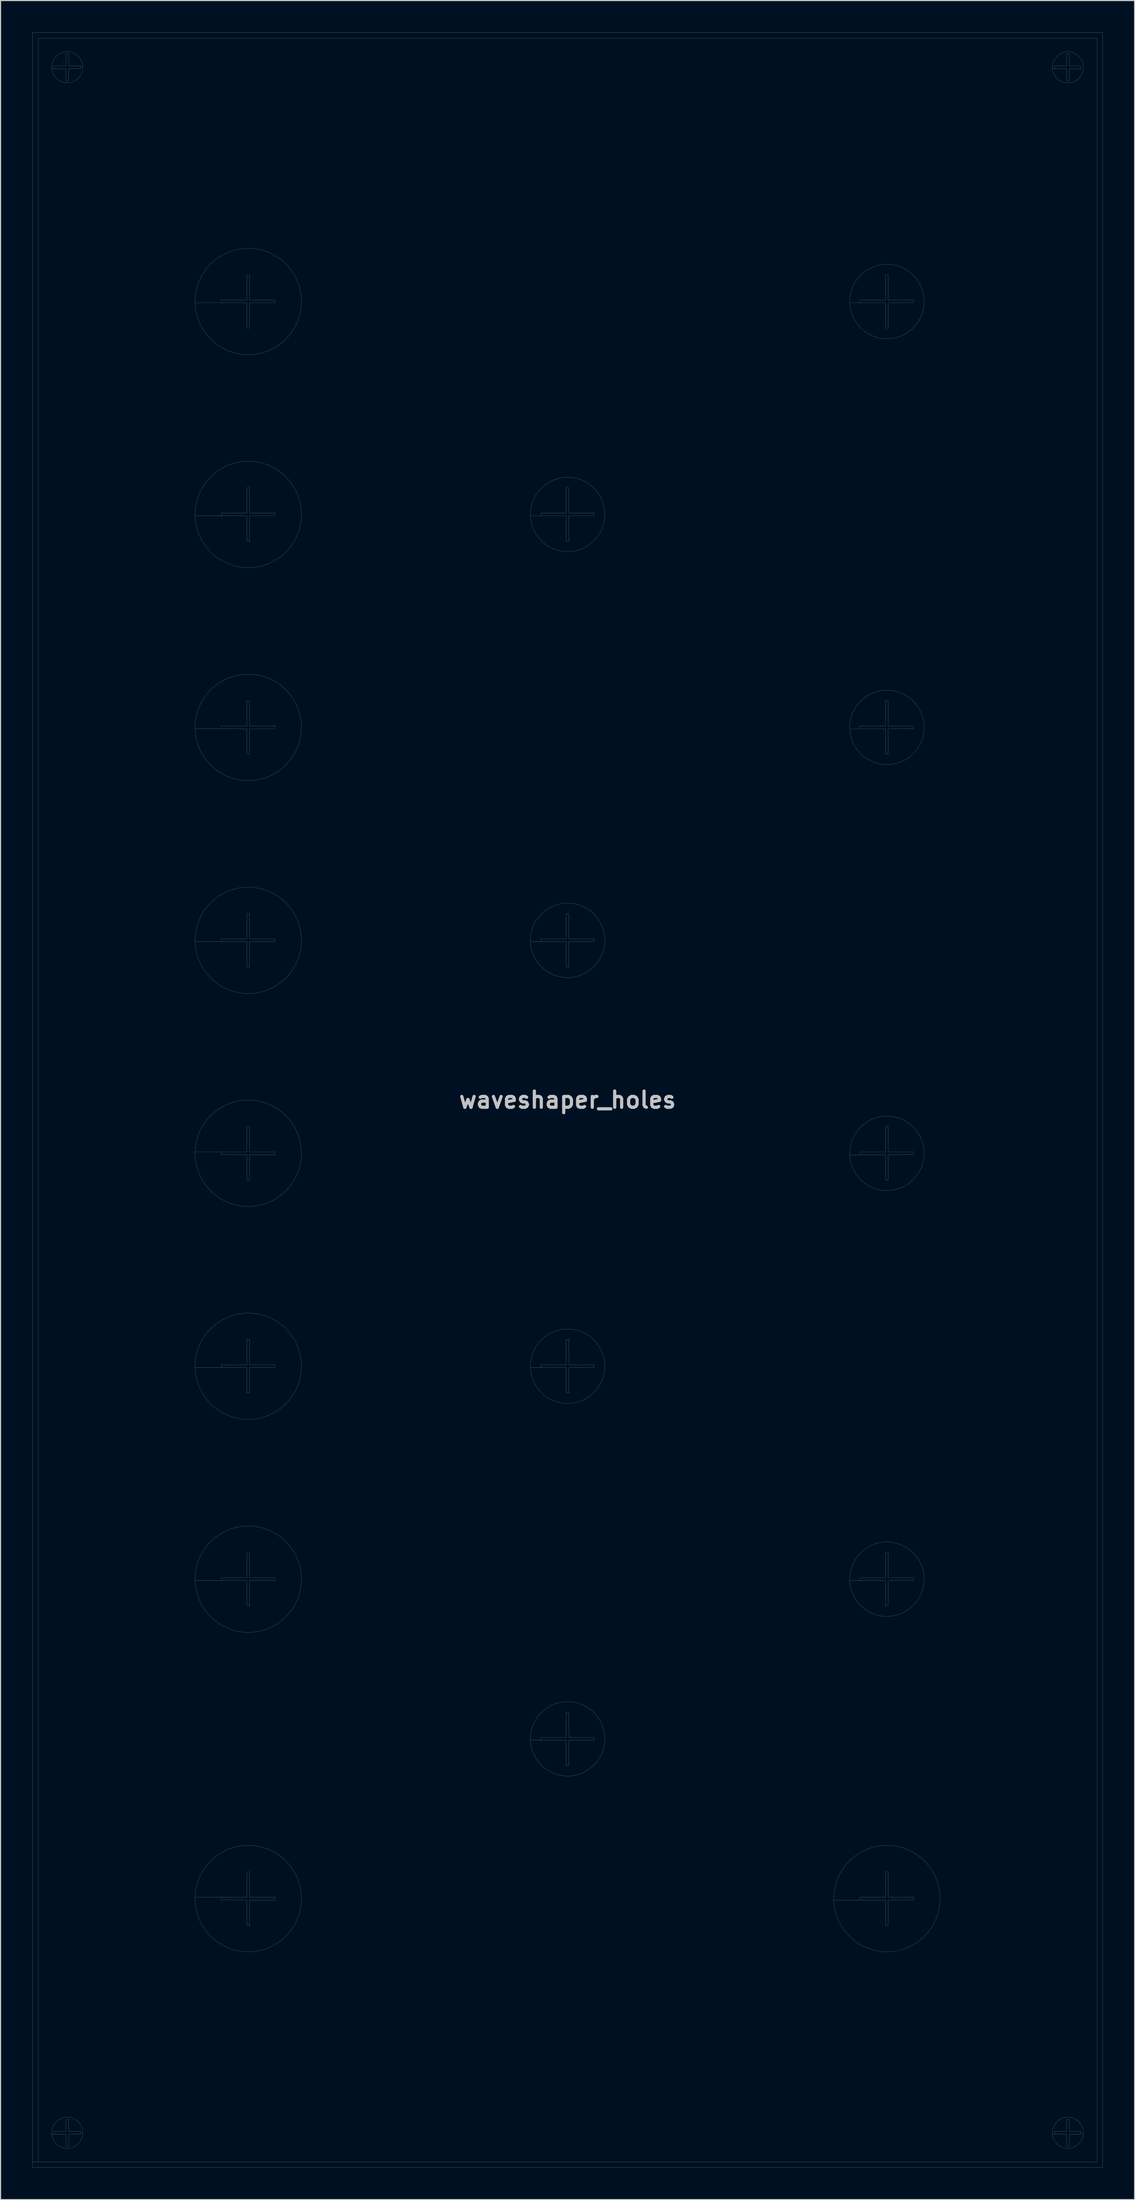
<source format=kicad_pcb>
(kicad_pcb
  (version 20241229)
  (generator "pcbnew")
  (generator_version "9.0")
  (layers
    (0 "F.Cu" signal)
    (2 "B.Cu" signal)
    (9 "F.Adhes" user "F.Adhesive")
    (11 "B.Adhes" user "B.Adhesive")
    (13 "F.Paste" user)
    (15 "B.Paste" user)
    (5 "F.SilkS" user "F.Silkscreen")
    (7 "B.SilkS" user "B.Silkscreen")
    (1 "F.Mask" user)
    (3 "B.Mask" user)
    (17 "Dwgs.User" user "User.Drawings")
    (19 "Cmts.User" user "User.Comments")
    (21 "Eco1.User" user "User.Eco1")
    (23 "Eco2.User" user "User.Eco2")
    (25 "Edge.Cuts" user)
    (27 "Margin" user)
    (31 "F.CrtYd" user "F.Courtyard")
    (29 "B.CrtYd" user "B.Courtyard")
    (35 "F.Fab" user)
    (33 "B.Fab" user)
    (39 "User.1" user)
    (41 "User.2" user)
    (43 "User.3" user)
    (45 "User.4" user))
  (footprint "waveshaper_holes"
    (layer "F.Cu")
    (at 50.272 100.259)
    (property "Reference" "waveshaper_holes" (at 0 0 0) (layer "Dwgs.User") (effects (font (size 1.524 1.524) (thickness 0.3))))
    (attr through_hole)
    (fp_poly (pts (xy 50.267 100.279) (xy -50.267 100.279) (xy -50.267 -99.72) (xy -49.733 -99.72) (xy -49.733 99.746) (xy 49.733 99.746) (xy 49.733 -99.72) (xy -49.733 -99.72) (xy -50.267 -99.72) (xy -50.267 -100.254) (xy 50.267 -100.254) (xy 50.267 100.279)) (stroke (width 0.01) (type solid)) (fill no) (layer "Dwgs.User"))
    (fp_poly (pts (xy 47.27 95.576) (xy 47.514 95.641) (xy 47.739 95.752) (xy 47.95 95.91) (xy 48.032 95.986) (xy 48.21 96.198) (xy 48.341 96.427) (xy 48.427 96.672) (xy 48.465 96.928) (xy 48.455 97.19) (xy 48.396 97.455) (xy 48.303 97.688) (xy 48.183 97.881) (xy 48.023 98.059) (xy 47.832 98.214) (xy 47.618 98.339) (xy 47.393 98.427) (xy 47.358 98.437) (xy 47.214 98.462) (xy 47.042 98.472) (xy 46.865 98.469) (xy 46.704 98.451) (xy 46.634 98.436) (xy 46.405 98.354) (xy 46.194 98.232) (xy 45.993 98.064) (xy 45.972 98.044) (xy 45.795 97.838) (xy 45.666 97.619) (xy 45.583 97.381) (xy 45.545 97.122) (xy 45.542 97.015) (xy 45.552 96.888) (xy 45.733 96.888) (xy 45.733 97.142) (xy 46.298 97.149) (xy 46.863 97.156) (xy 46.863 98.273) (xy 47.142 98.273) (xy 47.142 97.155) (xy 48.26 97.155) (xy 48.26 96.876) (xy 47.143 96.876) (xy 47.137 96.31) (xy 47.13 95.745) (xy 46.876 95.745) (xy 46.862 96.875) (xy 45.733 96.888) (xy 45.552 96.888) (xy 45.564 96.746) (xy 45.629 96.501) (xy 45.74 96.275) (xy 45.899 96.064) (xy 45.972 95.987) (xy 46.18 95.809) (xy 46.4 95.68) (xy 46.636 95.597) (xy 46.892 95.558) (xy 47.003 95.555) (xy 47.27 95.576)) (stroke (width 0.01) (type solid)) (fill no) (layer "Dwgs.User"))
    (fp_poly (pts (xy -46.823 95.565) (xy -46.657 95.591) (xy -46.646 95.593) (xy -46.398 95.682) (xy -46.171 95.814) (xy -45.971 95.983) (xy -45.802 96.183) (xy -45.67 96.41) (xy -45.581 96.657) (xy -45.581 96.659) (xy -45.553 96.821) (xy -45.544 97.008) (xy -45.552 97.196) (xy -45.578 97.361) (xy -45.581 97.372) (xy -45.669 97.619) (xy -45.801 97.845) (xy -45.97 98.046) (xy -46.171 98.215) (xy -46.399 98.347) (xy -46.647 98.437) (xy -46.79 98.461) (xy -46.96 98.472) (xy -47.135 98.469) (xy -47.295 98.451) (xy -47.369 98.435) (xy -47.619 98.343) (xy -47.846 98.207) (xy -48.046 98.035) (xy -48.213 97.83) (xy -48.344 97.598) (xy -48.425 97.365) (xy -48.452 97.211) (xy -48.462 97.031) (xy -48.455 96.876) (xy -48.26 96.876) (xy -48.26 97.155) (xy -47.142 97.155) (xy -47.142 98.273) (xy -46.863 98.273) (xy -46.863 97.156) (xy -46.298 97.149) (xy -45.733 97.142) (xy -45.733 96.888) (xy -46.297 96.881) (xy -46.862 96.875) (xy -46.869 96.31) (xy -46.876 95.745) (xy -47.13 95.745) (xy -47.143 96.876) (xy -48.26 96.876) (xy -48.455 96.876) (xy -48.454 96.849) (xy -48.43 96.686) (xy -48.424 96.66) (xy -48.334 96.41) (xy -48.201 96.182) (xy -48.032 95.981) (xy -47.832 95.812) (xy -47.605 95.681) (xy -47.359 95.593) (xy -47.197 95.566) (xy -47.01 95.556) (xy -46.823 95.565)) (stroke (width 0.01) (type solid)) (fill no) (layer "Dwgs.User"))
    (fp_poly (pts (xy 47.272 -98.428) (xy 47.52 -98.36) (xy 47.749 -98.246) (xy 47.963 -98.084) (xy 48.032 -98.019) (xy 48.21 -97.81) (xy 48.34 -97.588) (xy 48.423 -97.348) (xy 48.46 -97.088) (xy 48.463 -96.99) (xy 48.441 -96.721) (xy 48.374 -96.474) (xy 48.261 -96.246) (xy 48.1 -96.033) (xy 48.032 -95.961) (xy 47.826 -95.784) (xy 47.609 -95.656) (xy 47.376 -95.573) (xy 47.121 -95.535) (xy 46.991 -95.531) (xy 46.869 -95.536) (xy 46.745 -95.549) (xy 46.645 -95.567) (xy 46.634 -95.57) (xy 46.405 -95.652) (xy 46.194 -95.774) (xy 45.993 -95.941) (xy 45.972 -95.961) (xy 45.795 -96.167) (xy 45.666 -96.387) (xy 45.583 -96.624) (xy 45.545 -96.884) (xy 45.542 -96.99) (xy 45.552 -97.117) (xy 45.733 -97.117) (xy 45.733 -96.863) (xy 46.298 -96.856) (xy 46.863 -96.849) (xy 46.863 -96.295) (xy 46.864 -96.132) (xy 46.866 -95.987) (xy 46.869 -95.866) (xy 46.874 -95.777) (xy 46.879 -95.729) (xy 46.881 -95.723) (xy 46.915 -95.714) (xy 46.981 -95.711) (xy 47.014 -95.712) (xy 47.13 -95.72) (xy 47.137 -96.285) (xy 47.143 -96.85) (xy 48.26 -96.85) (xy 48.26 -97.13) (xy 47.142 -97.13) (xy 47.142 -98.247) (xy 46.863 -98.247) (xy 46.863 -97.131) (xy 45.733 -97.117) (xy 45.552 -97.117) (xy 45.563 -97.257) (xy 45.628 -97.501) (xy 45.739 -97.726) (xy 45.897 -97.938) (xy 45.974 -98.019) (xy 46.181 -98.196) (xy 46.4 -98.326) (xy 46.636 -98.409) (xy 46.893 -98.447) (xy 47.003 -98.45) (xy 47.272 -98.428)) (stroke (width 0.01) (type solid)) (fill no) (layer "Dwgs.User"))
    (fp_poly (pts (xy -46.826 -98.441) (xy -46.662 -98.415) (xy -46.647 -98.411) (xy -46.398 -98.321) (xy -46.17 -98.189) (xy -45.969 -98.019) (xy -45.8 -97.819) (xy -45.669 -97.592) (xy -45.581 -97.347) (xy -45.553 -97.184) (xy -45.544 -96.997) (xy -45.552 -96.81) (xy -45.578 -96.644) (xy -45.581 -96.633) (xy -45.669 -96.386) (xy -45.801 -96.159) (xy -45.97 -95.958) (xy -46.17 -95.789) (xy -46.397 -95.657) (xy -46.645 -95.568) (xy -46.646 -95.568) (xy -46.791 -95.543) (xy -46.963 -95.533) (xy -47.14 -95.537) (xy -47.301 -95.555) (xy -47.371 -95.57) (xy -47.615 -95.659) (xy -47.839 -95.792) (xy -48.038 -95.962) (xy -48.206 -96.164) (xy -48.337 -96.392) (xy -48.424 -96.634) (xy -48.452 -96.795) (xy -48.462 -96.98) (xy -48.455 -97.13) (xy -48.26 -97.13) (xy -48.26 -96.85) (xy -47.142 -96.85) (xy -47.142 -96.296) (xy -47.142 -96.133) (xy -47.139 -95.987) (xy -47.136 -95.866) (xy -47.132 -95.778) (xy -47.127 -95.729) (xy -47.124 -95.723) (xy -47.09 -95.714) (xy -47.025 -95.711) (xy -46.991 -95.712) (xy -46.876 -95.72) (xy -46.869 -96.285) (xy -46.862 -96.849) (xy -46.297 -96.856) (xy -45.733 -96.863) (xy -45.733 -97.117) (xy -46.863 -97.131) (xy -46.863 -98.247) (xy -47.142 -98.247) (xy -47.142 -97.13) (xy -48.26 -97.13) (xy -48.455 -97.13) (xy -48.454 -97.167) (xy -48.428 -97.331) (xy -48.424 -97.346) (xy -48.333 -97.598) (xy -48.199 -97.827) (xy -48.028 -98.029) (xy -47.824 -98.197) (xy -47.593 -98.328) (xy -47.358 -98.411) (xy -47.198 -98.439) (xy -47.012 -98.449) (xy -46.826 -98.441)) (stroke (width 0.01) (type solid)) (fill no) (layer "Dwgs.User"))
    (fp_poly (pts (xy 30.293 -78.471) (xy 30.704 -78.414) (xy 31.101 -78.31) (xy 31.48 -78.16) (xy 31.838 -77.966) (xy 32.174 -77.729) (xy 32.483 -77.451) (xy 32.762 -77.134) (xy 32.872 -76.986) (xy 33.085 -76.642) (xy 33.254 -76.277) (xy 33.378 -75.897) (xy 33.458 -75.504) (xy 33.493 -75.106) (xy 33.484 -74.705) (xy 33.429 -74.307) (xy 33.329 -73.917) (xy 33.183 -73.54) (xy 33.043 -73.266) (xy 32.815 -72.917) (xy 32.55 -72.6) (xy 32.252 -72.317) (xy 31.926 -72.072) (xy 31.573 -71.866) (xy 31.2 -71.703) (xy 30.809 -71.586) (xy 30.575 -71.539) (xy 30.414 -71.52) (xy 30.222 -71.509) (xy 30.013 -71.504) (xy 29.803 -71.507) (xy 29.608 -71.518) (xy 29.442 -71.535) (xy 29.401 -71.542) (xy 28.994 -71.639) (xy 28.608 -71.782) (xy 28.244 -71.966) (xy 27.907 -72.19) (xy 27.598 -72.451) (xy 27.322 -72.745) (xy 27.08 -73.069) (xy 26.876 -73.422) (xy 26.713 -73.799) (xy 26.596 -74.194) (xy 26.525 -74.602) (xy 26.503 -75.009) (xy 26.511 -75.133) (xy 27.508 -75.133) (xy 27.508 -74.854) (xy 29.87 -74.854) (xy 29.87 -72.492) (xy 30.124 -72.492) (xy 30.124 -74.854) (xy 32.515 -74.854) (xy 32.499 -75.121) (xy 31.312 -75.127) (xy 30.124 -75.134) (xy 30.124 -77.495) (xy 29.87 -77.495) (xy 29.87 -75.133) (xy 27.508 -75.133) (xy 26.511 -75.133) (xy 26.529 -75.41) (xy 26.6 -75.803) (xy 26.715 -76.184) (xy 26.873 -76.548) (xy 27.071 -76.893) (xy 27.307 -77.214) (xy 27.581 -77.509) (xy 27.89 -77.773) (xy 28.234 -78.003) (xy 28.442 -78.117) (xy 28.802 -78.275) (xy 29.171 -78.386) (xy 29.556 -78.455) (xy 29.87 -78.479) (xy 30.293 -78.471)) (stroke (width 0.01) (type solid)) (fill no) (layer "Dwgs.User"))
    (fp_poly (pts (xy 30.248 1.531) (xy 30.451 1.546) (xy 30.575 1.562) (xy 30.966 1.651) (xy 31.347 1.786) (xy 31.713 1.965) (xy 32.055 2.184) (xy 32.367 2.439) (xy 32.386 2.457) (xy 32.674 2.761) (xy 32.919 3.088) (xy 33.121 3.435) (xy 33.28 3.798) (xy 33.396 4.173) (xy 33.468 4.555) (xy 33.497 4.943) (xy 33.483 5.331) (xy 33.426 5.716) (xy 33.325 6.095) (xy 33.181 6.463) (xy 32.993 6.817) (xy 32.762 7.153) (xy 32.488 7.467) (xy 32.431 7.524) (xy 32.128 7.789) (xy 31.803 8.011) (xy 31.449 8.194) (xy 31.093 8.332) (xy 30.735 8.428) (xy 30.358 8.487) (xy 29.978 8.508) (xy 29.607 8.489) (xy 29.464 8.47) (xy 29.057 8.381) (xy 28.669 8.245) (xy 28.302 8.067) (xy 27.959 7.849) (xy 27.645 7.593) (xy 27.361 7.302) (xy 27.113 6.98) (xy 26.902 6.628) (xy 26.732 6.25) (xy 26.683 6.113) (xy 26.6 5.826) (xy 26.545 5.546) (xy 26.517 5.254) (xy 26.51 5.016) (xy 26.518 4.877) (xy 27.508 4.877) (xy 27.508 5.156) (xy 29.87 5.156) (xy 29.87 7.518) (xy 30.124 7.518) (xy 30.124 5.157) (xy 32.499 5.144) (xy 32.515 4.877) (xy 30.124 4.877) (xy 30.124 2.515) (xy 29.87 2.515) (xy 29.87 4.877) (xy 27.508 4.877) (xy 26.518 4.877) (xy 26.533 4.592) (xy 26.604 4.185) (xy 26.722 3.794) (xy 26.889 3.418) (xy 27.104 3.057) (xy 27.304 2.786) (xy 27.565 2.502) (xy 27.863 2.247) (xy 28.193 2.023) (xy 28.548 1.836) (xy 28.922 1.689) (xy 29.308 1.585) (xy 29.423 1.563) (xy 29.597 1.541) (xy 29.803 1.529) (xy 30.026 1.526) (xy 30.248 1.531)) (stroke (width 0.01) (type solid)) (fill no) (layer "Dwgs.User"))
    (fp_poly (pts (xy -29.553 40.038) (xy -29.074 40.104) (xy -28.599 40.218) (xy -28.132 40.379) (xy -27.799 40.527) (xy -27.372 40.763) (xy -26.97 41.041) (xy -26.596 41.359) (xy -26.253 41.711) (xy -25.946 42.095) (xy -25.679 42.506) (xy -25.515 42.812) (xy -25.318 43.271) (xy -25.17 43.742) (xy -25.068 44.222) (xy -25.015 44.707) (xy -25.008 45.193) (xy -25.049 45.676) (xy -25.136 46.154) (xy -25.271 46.623) (xy -25.451 47.079) (xy -25.678 47.519) (xy -25.841 47.781) (xy -26.136 48.18) (xy -26.466 48.544) (xy -26.827 48.871) (xy -27.217 49.161) (xy -27.631 49.41) (xy -28.066 49.619) (xy -28.519 49.785) (xy -28.988 49.906) (xy -29.467 49.982) (xy -29.955 50.011) (xy -30.447 49.991) (xy -30.607 49.974) (xy -31.096 49.889) (xy -31.568 49.757) (xy -32.021 49.582) (xy -32.452 49.365) (xy -32.859 49.11) (xy -33.238 48.818) (xy -33.588 48.492) (xy -33.905 48.133) (xy -34.187 47.746) (xy -34.431 47.331) (xy -34.634 46.891) (xy -34.794 46.43) (xy -34.848 46.228) (xy -34.945 45.73) (xy -34.992 45.232) (xy -34.991 44.882) (xy -32.512 44.882) (xy -32.512 45.135) (xy -31.325 45.142) (xy -30.137 45.148) (xy -30.124 47.523) (xy -29.87 47.523) (xy -29.87 45.136) (xy -27.508 45.136) (xy -27.508 44.882) (xy -29.87 44.882) (xy -29.87 42.52) (xy -30.124 42.52) (xy -30.124 44.882) (xy -32.512 44.882) (xy -34.991 44.882) (xy -34.99 44.738) (xy -34.94 44.251) (xy -34.843 43.773) (xy -34.699 43.307) (xy -34.509 42.857) (xy -34.275 42.426) (xy -33.996 42.015) (xy -33.675 41.63) (xy -33.517 41.465) (xy -33.148 41.133) (xy -32.754 40.843) (xy -32.337 40.596) (xy -31.901 40.392) (xy -31.449 40.231) (xy -30.985 40.115) (xy -30.512 40.044) (xy -30.034 40.018) (xy -29.553 40.038)) (stroke (width 0.01) (type solid)) (fill no) (layer "Dwgs.User"))
    (fp_poly (pts (xy 0.09 56.521) (xy 0.356 56.539) (xy 0.61 56.571) (xy 0.769 56.602) (xy 1.176 56.721) (xy 1.558 56.882) (xy 1.914 57.085) (xy 2.24 57.326) (xy 2.535 57.603) (xy 2.796 57.914) (xy 3.02 58.256) (xy 3.206 58.627) (xy 3.351 59.023) (xy 3.432 59.337) (xy 3.465 59.545) (xy 3.484 59.785) (xy 3.491 60.04) (xy 3.483 60.291) (xy 3.462 60.523) (xy 3.446 60.629) (xy 3.346 61.038) (xy 3.199 61.427) (xy 3.007 61.795) (xy 2.77 62.141) (xy 2.488 62.462) (xy 2.465 62.485) (xy 2.148 62.767) (xy 1.806 63.005) (xy 1.443 63.199) (xy 1.06 63.347) (xy 0.661 63.447) (xy 0.249 63.5) (xy -0.174 63.504) (xy -0.267 63.498) (xy -0.506 63.474) (xy -0.725 63.436) (xy -0.949 63.379) (xy -1.067 63.343) (xy -1.448 63.195) (xy -1.807 63.004) (xy -2.142 62.772) (xy -2.448 62.504) (xy -2.722 62.203) (xy -2.96 61.872) (xy -3.158 61.516) (xy -3.314 61.138) (xy -3.338 61.065) (xy -3.416 60.757) (xy -3.468 60.425) (xy -3.492 60.083) (xy -3.489 59.894) (xy -2.489 59.894) (xy -2.489 60.147) (xy -0.127 60.147) (xy -0.127 62.509) (xy 0.127 62.509) (xy 0.127 60.147) (xy 2.489 60.147) (xy 2.489 59.894) (xy 1.314 59.887) (xy 0.14 59.88) (xy 0.133 58.693) (xy 0.126 57.506) (xy -0.126 57.506) (xy -0.14 59.88) (xy -1.314 59.887) (xy -2.489 59.894) (xy -3.489 59.894) (xy -3.487 59.748) (xy -3.452 59.435) (xy -3.443 59.385) (xy -3.34 58.977) (xy -3.193 58.59) (xy -3.005 58.228) (xy -2.778 57.893) (xy -2.516 57.588) (xy -2.22 57.315) (xy -1.895 57.078) (xy -1.542 56.878) (xy -1.165 56.719) (xy -0.766 56.602) (xy -0.398 56.537) (xy -0.168 56.521) (xy 0.09 56.521)) (stroke (width 0.01) (type solid)) (fill no) (layer "Dwgs.User"))
    (fp_poly (pts (xy -29.773 70.026) (xy -29.444 70.048) (xy -29.299 70.066) (xy -28.798 70.165) (xy -28.316 70.311) (xy -27.855 70.502) (xy -27.418 70.738) (xy -27.006 71.017) (xy -26.62 71.338) (xy -26.263 71.701) (xy -26.15 71.833) (xy -25.854 72.226) (xy -25.602 72.641) (xy -25.394 73.074) (xy -25.231 73.522) (xy -25.112 73.982) (xy -25.037 74.45) (xy -25.007 74.922) (xy -25.021 75.396) (xy -25.08 75.867) (xy -25.183 76.332) (xy -25.331 76.788) (xy -25.524 77.231) (xy -25.762 77.659) (xy -26.03 78.047) (xy -26.347 78.423) (xy -26.698 78.763) (xy -27.079 79.065) (xy -27.486 79.329) (xy -27.915 79.551) (xy -28.364 79.732) (xy -28.827 79.87) (xy -29.302 79.962) (xy -29.786 80.008) (xy -30.273 80.005) (xy -30.656 79.969) (xy -31.156 79.876) (xy -31.637 79.736) (xy -32.098 79.55) (xy -32.537 79.318) (xy -32.953 79.042) (xy -33.344 78.723) (xy -33.621 78.453) (xy -33.945 78.078) (xy -34.227 77.677) (xy -34.467 77.255) (xy -34.663 76.814) (xy -34.814 76.358) (xy -34.921 75.891) (xy -34.983 75.417) (xy -34.999 74.937) (xy -34.995 74.879) (xy -32.515 74.879) (xy -32.507 75.013) (xy -32.499 75.146) (xy -30.124 75.159) (xy -30.124 77.521) (xy -29.87 77.521) (xy -29.87 75.159) (xy -27.508 75.159) (xy -27.508 74.879) (xy -29.87 74.879) (xy -29.87 72.517) (xy -30.124 72.517) (xy -30.124 74.879) (xy -32.515 74.879) (xy -34.995 74.879) (xy -34.969 74.457) (xy -34.892 73.979) (xy -34.767 73.508) (xy -34.594 73.045) (xy -34.516 72.873) (xy -34.28 72.436) (xy -34.004 72.027) (xy -33.691 71.649) (xy -33.344 71.304) (xy -32.966 70.994) (xy -32.56 70.723) (xy -32.13 70.492) (xy -31.679 70.304) (xy -31.209 70.162) (xy -31.139 70.146) (xy -30.823 70.086) (xy -30.478 70.046) (xy -30.123 70.026) (xy -29.773 70.026)) (stroke (width 0.01) (type solid)) (fill no) (layer "Dwgs.User"))
    (fp_poly (pts (xy -29.464 -79.955) (xy -28.996 -79.882) (xy -28.538 -79.766) (xy -28.093 -79.607) (xy -27.663 -79.406) (xy -27.253 -79.163) (xy -26.864 -78.88) (xy -26.502 -78.558) (xy -26.168 -78.195) (xy -26.03 -78.022) (xy -25.746 -77.608) (xy -25.508 -77.176) (xy -25.315 -76.727) (xy -25.169 -76.264) (xy -25.068 -75.793) (xy -25.014 -75.315) (xy -25.007 -74.833) (xy -25.045 -74.352) (xy -25.131 -73.875) (xy -25.264 -73.404) (xy -25.444 -72.943) (xy -25.671 -72.496) (xy -25.714 -72.423) (xy -25.968 -72.041) (xy -26.264 -71.677) (xy -26.594 -71.338) (xy -26.952 -71.032) (xy -27.254 -70.816) (xy -27.691 -70.559) (xy -28.142 -70.35) (xy -28.61 -70.189) (xy -29.092 -70.077) (xy -29.59 -70.013) (xy -30.103 -69.998) (xy -30.328 -70.006) (xy -30.811 -70.058) (xy -31.282 -70.158) (xy -31.737 -70.303) (xy -32.174 -70.49) (xy -32.59 -70.717) (xy -32.983 -70.982) (xy -33.348 -71.283) (xy -33.685 -71.617) (xy -33.989 -71.981) (xy -34.259 -72.373) (xy -34.49 -72.791) (xy -34.682 -73.232) (xy -34.83 -73.694) (xy -34.898 -73.982) (xy -34.972 -74.476) (xy -34.992 -74.854) (xy -32.515 -74.854) (xy -30.124 -74.854) (xy -30.124 -72.492) (xy -29.87 -72.492) (xy -29.87 -74.854) (xy -27.508 -74.854) (xy -27.508 -75.133) (xy -29.87 -75.133) (xy -29.87 -77.495) (xy -30.124 -77.495) (xy -30.124 -75.134) (xy -31.312 -75.127) (xy -32.499 -75.121) (xy -32.507 -74.987) (xy -32.515 -74.854) (xy -34.992 -74.854) (xy -34.998 -74.967) (xy -34.976 -75.452) (xy -34.908 -75.93) (xy -34.795 -76.395) (xy -34.639 -76.846) (xy -34.441 -77.28) (xy -34.203 -77.692) (xy -33.926 -78.081) (xy -33.612 -78.443) (xy -33.262 -78.775) (xy -32.878 -79.074) (xy -32.46 -79.338) (xy -32.279 -79.435) (xy -31.825 -79.639) (xy -31.36 -79.795) (xy -30.889 -79.904) (xy -30.413 -79.967) (xy -29.937 -79.983) (xy -29.464 -79.955)) (stroke (width 0.01) (type solid)) (fill no) (layer "Dwgs.User"))
    (fp_poly (pts (xy 0.606 -58.431) (xy 1.011 -58.337) (xy 1.079 -58.316) (xy 1.447 -58.175) (xy 1.793 -57.991) (xy 2.121 -57.761) (xy 2.435 -57.484) (xy 2.464 -57.455) (xy 2.742 -57.147) (xy 2.974 -56.827) (xy 3.162 -56.488) (xy 3.309 -56.123) (xy 3.42 -55.727) (xy 3.433 -55.669) (xy 3.467 -55.451) (xy 3.486 -55.202) (xy 3.491 -54.94) (xy 3.481 -54.681) (xy 3.456 -54.443) (xy 3.433 -54.313) (xy 3.322 -53.898) (xy 3.17 -53.514) (xy 2.977 -53.157) (xy 2.74 -52.824) (xy 2.459 -52.512) (xy 2.428 -52.482) (xy 2.105 -52.202) (xy 1.76 -51.968) (xy 1.393 -51.78) (xy 1.005 -51.638) (xy 0.688 -51.56) (xy 0.573 -51.541) (xy 0.429 -51.525) (xy 0.267 -51.511) (xy 0.101 -51.501) (xy -0.056 -51.495) (xy -0.193 -51.494) (xy -0.295 -51.498) (xy -0.318 -51.501) (xy -0.725 -51.574) (xy -1.094 -51.671) (xy -1.429 -51.797) (xy -1.739 -51.953) (xy -2.03 -52.143) (xy -2.309 -52.37) (xy -2.428 -52.482) (xy -2.714 -52.791) (xy -2.955 -53.122) (xy -3.153 -53.477) (xy -3.308 -53.859) (xy -3.424 -54.27) (xy -3.433 -54.313) (xy -3.468 -54.532) (xy -3.487 -54.781) (xy -3.491 -55.045) (xy -3.489 -55.118) (xy -2.489 -55.118) (xy -2.489 -54.864) (xy -0.127 -54.864) (xy -0.127 -52.476) (xy 0.127 -52.476) (xy 0.127 -54.864) (xy 2.489 -54.864) (xy 2.489 -55.118) (xy 0.127 -55.118) (xy 0.127 -57.48) (xy -0.127 -57.48) (xy -0.127 -55.118) (xy -2.489 -55.118) (xy -3.489 -55.118) (xy -3.481 -55.305) (xy -3.455 -55.544) (xy -3.433 -55.669) (xy -3.32 -56.083) (xy -3.163 -56.474) (xy -2.963 -56.841) (xy -2.724 -57.179) (xy -2.446 -57.486) (xy -2.132 -57.76) (xy -1.784 -57.997) (xy -1.762 -58.011) (xy -1.4 -58.195) (xy -1.017 -58.335) (xy -0.621 -58.428) (xy -0.215 -58.476) (xy 0.196 -58.477) (xy 0.606 -58.431)) (stroke (width 0.01) (type solid)) (fill no) (layer "Dwgs.User"))
    (fp_poly (pts (xy 30.52 41.555) (xy 30.92 41.639) (xy 31.306 41.769) (xy 31.675 41.944) (xy 32.024 42.164) (xy 32.349 42.428) (xy 32.405 42.48) (xy 32.66 42.747) (xy 32.875 43.024) (xy 33.057 43.323) (xy 33.12 43.447) (xy 33.246 43.718) (xy 33.341 43.966) (xy 33.409 44.204) (xy 33.454 44.447) (xy 33.479 44.709) (xy 33.487 44.996) (xy 33.484 45.237) (xy 33.471 45.442) (xy 33.447 45.629) (xy 33.409 45.813) (xy 33.354 46.008) (xy 33.324 46.104) (xy 33.171 46.491) (xy 32.976 46.852) (xy 32.742 47.186) (xy 32.472 47.489) (xy 32.168 47.758) (xy 31.835 47.991) (xy 31.475 48.185) (xy 31.092 48.337) (xy 30.715 48.438) (xy 30.563 48.463) (xy 30.381 48.483) (xy 30.181 48.497) (xy 29.98 48.504) (xy 29.792 48.504) (xy 29.632 48.495) (xy 29.568 48.488) (xy 29.145 48.404) (xy 28.739 48.272) (xy 28.351 48.095) (xy 27.988 47.873) (xy 27.936 47.837) (xy 27.783 47.714) (xy 27.615 47.561) (xy 27.447 47.39) (xy 27.288 47.212) (xy 27.153 47.043) (xy 27.097 46.964) (xy 26.894 46.617) (xy 26.731 46.247) (xy 26.61 45.863) (xy 26.533 45.47) (xy 26.503 45.077) (xy 26.511 44.882) (xy 27.508 44.882) (xy 27.508 45.136) (xy 29.87 45.136) (xy 29.87 47.523) (xy 30.124 47.523) (xy 30.13 46.336) (xy 30.137 45.148) (xy 31.325 45.142) (xy 32.512 45.135) (xy 32.512 44.882) (xy 30.124 44.882) (xy 30.124 42.52) (xy 29.87 42.52) (xy 29.87 44.882) (xy 27.508 44.882) (xy 26.511 44.882) (xy 26.517 44.715) (xy 26.583 44.285) (xy 26.692 43.88) (xy 26.846 43.5) (xy 27.044 43.145) (xy 27.286 42.813) (xy 27.545 42.532) (xy 27.867 42.249) (xy 28.211 42.011) (xy 28.576 41.82) (xy 28.959 41.674) (xy 29.273 41.593) (xy 29.693 41.532) (xy 30.11 41.519) (xy 30.52 41.555)) (stroke (width 0.01) (type solid)) (fill no) (layer "Dwgs.User"))
    (fp_poly (pts (xy 30.529 70.046) (xy 30.968 70.109) (xy 31.127 70.143) (xy 31.605 70.28) (xy 32.063 70.462) (xy 32.498 70.686) (xy 32.907 70.951) (xy 33.288 71.253) (xy 33.638 71.59) (xy 33.954 71.96) (xy 34.234 72.36) (xy 34.474 72.788) (xy 34.672 73.24) (xy 34.746 73.45) (xy 34.879 73.934) (xy 34.963 74.423) (xy 34.998 74.911) (xy 34.985 75.398) (xy 34.925 75.879) (xy 34.818 76.35) (xy 34.666 76.81) (xy 34.468 77.254) (xy 34.227 77.679) (xy 33.942 78.082) (xy 33.619 78.455) (xy 33.249 78.806) (xy 32.852 79.115) (xy 32.43 79.38) (xy 31.985 79.601) (xy 31.518 79.776) (xy 31.033 79.904) (xy 30.544 79.983) (xy 30.387 79.996) (xy 30.197 80.004) (xy 29.99 80.006) (xy 29.782 80.003) (xy 29.591 79.994) (xy 29.439 79.982) (xy 28.95 79.901) (xy 28.473 79.772) (xy 28.013 79.598) (xy 27.572 79.379) (xy 27.155 79.12) (xy 26.765 78.82) (xy 26.405 78.484) (xy 26.08 78.112) (xy 26.03 78.047) (xy 25.748 77.637) (xy 25.512 77.209) (xy 25.321 76.765) (xy 25.175 76.31) (xy 25.074 75.846) (xy 25.018 75.377) (xy 25.005 74.906) (xy 25.007 74.879) (xy 27.508 74.879) (xy 27.508 75.159) (xy 29.87 75.159) (xy 29.87 77.521) (xy 30.124 77.521) (xy 30.124 75.159) (xy 32.499 75.146) (xy 32.515 74.879) (xy 30.124 74.879) (xy 30.124 72.517) (xy 29.87 72.517) (xy 29.87 74.879) (xy 27.508 74.879) (xy 25.007 74.879) (xy 25.037 74.436) (xy 25.114 73.971) (xy 25.234 73.515) (xy 25.397 73.07) (xy 25.604 72.64) (xy 25.855 72.228) (xy 26.148 71.838) (xy 26.39 71.568) (xy 26.762 71.216) (xy 27.154 70.91) (xy 27.567 70.649) (xy 28.003 70.433) (xy 28.466 70.26) (xy 28.728 70.183) (xy 29.162 70.091) (xy 29.615 70.038) (xy 30.074 70.023) (xy 30.529 70.046)) (stroke (width 0.01) (type solid)) (fill no) (layer "Dwgs.User"))
    (fp_poly (pts (xy -29.727 -59.978) (xy -29.238 -59.926) (xy -28.753 -59.826) (xy -28.276 -59.678) (xy -28.045 -59.587) (xy -27.605 -59.374) (xy -27.188 -59.117) (xy -26.795 -58.818) (xy -26.432 -58.482) (xy -26.102 -58.111) (xy -25.809 -57.708) (xy -25.738 -57.598) (xy -25.513 -57.188) (xy -25.327 -56.752) (xy -25.182 -56.296) (xy -25.079 -55.827) (xy -25.019 -55.351) (xy -25.004 -54.875) (xy -25.035 -54.406) (xy -25.083 -54.089) (xy -25.201 -53.598) (xy -25.364 -53.129) (xy -25.569 -52.683) (xy -25.813 -52.264) (xy -26.094 -51.873) (xy -26.411 -51.513) (xy -26.759 -51.185) (xy -27.138 -50.893) (xy -27.545 -50.637) (xy -27.977 -50.42) (xy -28.431 -50.245) (xy -28.907 -50.114) (xy -29.401 -50.028) (xy -29.537 -50.013) (xy -29.819 -49.995) (xy -30.117 -49.992) (xy -30.406 -50.005) (xy -30.516 -50.015) (xy -30.963 -50.085) (xy -31.409 -50.198) (xy -31.849 -50.351) (xy -32.272 -50.541) (xy -32.67 -50.764) (xy -33.036 -51.017) (xy -33.162 -51.118) (xy -33.543 -51.468) (xy -33.883 -51.845) (xy -34.179 -52.247) (xy -34.43 -52.673) (xy -34.637 -53.121) (xy -34.798 -53.589) (xy -34.912 -54.076) (xy -34.979 -54.58) (xy -34.993 -54.788) (xy -34.991 -55.118) (xy -32.512 -55.118) (xy -32.512 -54.865) (xy -31.325 -54.858) (xy -30.137 -54.851) (xy -30.124 -52.476) (xy -29.87 -52.476) (xy -29.87 -54.864) (xy -27.508 -54.864) (xy -27.508 -55.118) (xy -29.87 -55.118) (xy -29.87 -57.48) (xy -30.124 -57.48) (xy -30.124 -55.118) (xy -32.512 -55.118) (xy -34.991 -55.118) (xy -34.99 -55.28) (xy -34.939 -55.765) (xy -34.84 -56.238) (xy -34.697 -56.697) (xy -34.511 -57.139) (xy -34.283 -57.561) (xy -34.016 -57.96) (xy -33.711 -58.332) (xy -33.37 -58.675) (xy -32.996 -58.986) (xy -32.589 -59.262) (xy -32.152 -59.498) (xy -32.121 -59.513) (xy -31.661 -59.702) (xy -31.189 -59.843) (xy -30.706 -59.936) (xy -30.218 -59.981) (xy -29.727 -59.978)) (stroke (width 0.01) (type solid)) (fill no) (layer "Dwgs.User"))
    (fp_poly (pts (xy 30.233 -38.472) (xy 30.412 -38.461) (xy 30.531 -38.446) (xy 30.943 -38.354) (xy 31.336 -38.217) (xy 31.705 -38.039) (xy 32.048 -37.821) (xy 32.363 -37.567) (xy 32.645 -37.278) (xy 32.892 -36.958) (xy 33.102 -36.609) (xy 33.27 -36.234) (xy 33.333 -36.052) (xy 33.397 -35.83) (xy 33.442 -35.623) (xy 33.47 -35.415) (xy 33.485 -35.187) (xy 33.488 -34.989) (xy 33.468 -34.579) (xy 33.408 -34.195) (xy 33.305 -33.831) (xy 33.156 -33.477) (xy 32.961 -33.129) (xy 32.901 -33.037) (xy 32.656 -32.714) (xy 32.373 -32.422) (xy 32.058 -32.165) (xy 31.714 -31.944) (xy 31.346 -31.764) (xy 30.958 -31.627) (xy 30.556 -31.535) (xy 30.544 -31.533) (xy 30.373 -31.514) (xy 30.169 -31.503) (xy 29.951 -31.5) (xy 29.734 -31.506) (xy 29.537 -31.521) (xy 29.415 -31.537) (xy 29.302 -31.56) (xy 29.161 -31.596) (xy 29.011 -31.638) (xy 28.894 -31.675) (xy 28.505 -31.832) (xy 28.142 -32.029) (xy 27.808 -32.266) (xy 27.507 -32.539) (xy 27.239 -32.844) (xy 27.008 -33.179) (xy 26.817 -33.542) (xy 26.668 -33.928) (xy 26.563 -34.335) (xy 26.553 -34.392) (xy 26.527 -34.593) (xy 26.512 -34.826) (xy 26.51 -35.071) (xy 26.513 -35.128) (xy 27.508 -35.128) (xy 27.508 -34.849) (xy 29.87 -34.849) (xy 29.87 -32.487) (xy 30.124 -32.487) (xy 30.124 -34.848) (xy 32.499 -34.861) (xy 32.499 -35.115) (xy 31.312 -35.122) (xy 30.124 -35.129) (xy 30.124 -37.49) (xy 29.87 -37.49) (xy 29.87 -35.128) (xy 27.508 -35.128) (xy 26.513 -35.128) (xy 26.521 -35.31) (xy 26.543 -35.524) (xy 26.553 -35.585) (xy 26.651 -35.995) (xy 26.794 -36.384) (xy 26.979 -36.748) (xy 27.204 -37.086) (xy 27.465 -37.394) (xy 27.762 -37.671) (xy 28.09 -37.912) (xy 28.448 -38.117) (xy 28.832 -38.282) (xy 29.241 -38.405) (xy 29.299 -38.418) (xy 29.443 -38.442) (xy 29.623 -38.46) (xy 29.824 -38.471) (xy 30.032 -38.475) (xy 30.233 -38.472)) (stroke (width 0.01) (type solid)) (fill no) (layer "Dwgs.User"))
    (fp_poly (pts (xy -29.657 0.037) (xy -29.391 0.057) (xy -29.149 0.087) (xy -29.007 0.113) (xy -28.521 0.241) (xy -28.055 0.414) (xy -27.612 0.628) (xy -27.195 0.882) (xy -26.806 1.174) (xy -26.448 1.501) (xy -26.124 1.861) (xy -25.836 2.252) (xy -25.587 2.67) (xy -25.379 3.115) (xy -25.261 3.435) (xy -25.126 3.923) (xy -25.041 4.416) (xy -25.005 4.91) (xy -25.019 5.403) (xy -25.081 5.891) (xy -25.192 6.372) (xy -25.351 6.841) (xy -25.545 7.271) (xy -25.795 7.708) (xy -26.085 8.114) (xy -26.41 8.487) (xy -26.769 8.823) (xy -27.158 9.122) (xy -27.576 9.382) (xy -28.02 9.6) (xy -28.488 9.775) (xy -28.976 9.905) (xy -29.116 9.934) (xy -29.297 9.96) (xy -29.514 9.98) (xy -29.754 9.993) (xy -30.001 9.999) (xy -30.242 9.997) (xy -30.463 9.988) (xy -30.649 9.97) (xy -30.653 9.97) (xy -31.143 9.879) (xy -31.619 9.74) (xy -32.077 9.556) (xy -32.513 9.329) (xy -32.926 9.06) (xy -33.31 8.753) (xy -33.663 8.409) (xy -33.983 8.03) (xy -34.265 7.619) (xy -34.287 7.582) (xy -34.52 7.149) (xy -34.707 6.694) (xy -34.85 6.222) (xy -34.945 5.738) (xy -34.993 5.247) (xy -34.993 4.877) (xy -32.515 4.877) (xy -32.507 5.01) (xy -32.499 5.144) (xy -30.124 5.157) (xy -30.124 7.518) (xy -29.87 7.518) (xy -29.87 5.156) (xy -27.508 5.156) (xy -27.508 4.877) (xy -29.87 4.877) (xy -29.87 2.515) (xy -30.124 2.515) (xy -30.124 4.877) (xy -32.515 4.877) (xy -34.993 4.877) (xy -34.993 4.754) (xy -34.975 4.518) (xy -34.899 4.022) (xy -34.776 3.54) (xy -34.607 3.074) (xy -34.393 2.629) (xy -34.136 2.208) (xy -33.837 1.813) (xy -33.554 1.503) (xy -33.176 1.157) (xy -32.774 0.856) (xy -32.348 0.6) (xy -31.9 0.389) (xy -31.428 0.224) (xy -30.934 0.104) (xy -30.683 0.062) (xy -30.462 0.039) (xy -30.208 0.027) (xy -29.935 0.027) (xy -29.657 0.037)) (stroke (width 0.01) (type solid)) (fill no) (layer "Dwgs.User"))
    (fp_poly (pts (xy -29.577 -19.964) (xy -29.116 -19.903) (xy -28.662 -19.799) (xy -28.219 -19.654) (xy -27.79 -19.468) (xy -27.379 -19.242) (xy -26.989 -18.976) (xy -26.622 -18.671) (xy -26.283 -18.328) (xy -25.975 -17.946) (xy -25.884 -17.818) (xy -25.618 -17.384) (xy -25.399 -16.933) (xy -25.227 -16.467) (xy -25.104 -15.988) (xy -25.03 -15.5) (xy -25.005 -15.003) (xy -25.03 -14.501) (xy -25.105 -13.996) (xy -25.108 -13.982) (xy -25.229 -13.506) (xy -25.395 -13.049) (xy -25.604 -12.613) (xy -25.853 -12.203) (xy -26.14 -11.819) (xy -26.461 -11.464) (xy -26.814 -11.142) (xy -27.197 -10.854) (xy -27.606 -10.603) (xy -28.04 -10.391) (xy -28.495 -10.222) (xy -28.969 -10.097) (xy -29.248 -10.046) (xy -29.418 -10.025) (xy -29.617 -10.01) (xy -29.831 -9.999) (xy -30.046 -9.994) (xy -30.246 -9.995) (xy -30.418 -10.003) (xy -30.48 -10.009) (xy -30.988 -10.089) (xy -31.479 -10.216) (xy -31.949 -10.388) (xy -32.396 -10.604) (xy -32.818 -10.863) (xy -33.213 -11.162) (xy -33.579 -11.502) (xy -33.912 -11.879) (xy -34.212 -12.294) (xy -34.222 -12.31) (xy -34.389 -12.595) (xy -34.544 -12.915) (xy -34.683 -13.255) (xy -34.799 -13.599) (xy -34.886 -13.933) (xy -34.897 -13.983) (xy -34.972 -14.478) (xy -34.998 -14.972) (xy -34.992 -15.112) (xy -32.512 -15.112) (xy -32.512 -14.859) (xy -30.124 -14.859) (xy -30.124 -12.497) (xy -29.87 -12.497) (xy -29.87 -14.859) (xy -27.508 -14.859) (xy -27.508 -15.113) (xy -29.87 -15.113) (xy -29.87 -17.475) (xy -30.124 -17.475) (xy -30.13 -16.3) (xy -30.137 -15.126) (xy -32.512 -15.112) (xy -34.992 -15.112) (xy -34.976 -15.46) (xy -34.907 -15.94) (xy -34.792 -16.409) (xy -34.633 -16.863) (xy -34.43 -17.3) (xy -34.186 -17.716) (xy -33.902 -18.109) (xy -33.578 -18.474) (xy -33.216 -18.81) (xy -32.818 -19.113) (xy -32.753 -19.157) (xy -32.328 -19.409) (xy -31.888 -19.614) (xy -31.437 -19.774) (xy -30.977 -19.888) (xy -30.511 -19.957) (xy -30.044 -19.982) (xy -29.577 -19.964)) (stroke (width 0.01) (type solid)) (fill no) (layer "Dwgs.User"))
    (fp_poly (pts (xy 0.309 -18.466) (xy 0.537 -18.443) (xy 0.678 -18.419) (xy 1.094 -18.307) (xy 1.48 -18.155) (xy 1.839 -17.96) (xy 2.172 -17.723) (xy 2.483 -17.441) (xy 2.512 -17.41) (xy 2.785 -17.096) (xy 3.012 -16.763) (xy 3.195 -16.408) (xy 3.339 -16.027) (xy 3.433 -15.664) (xy 3.468 -15.445) (xy 3.487 -15.196) (xy 3.491 -14.932) (xy 3.481 -14.672) (xy 3.455 -14.433) (xy 3.433 -14.308) (xy 3.327 -13.906) (xy 3.184 -13.538) (xy 3.002 -13.195) (xy 2.778 -12.873) (xy 2.507 -12.565) (xy 2.464 -12.522) (xy 2.145 -12.235) (xy 1.808 -11.995) (xy 1.452 -11.803) (xy 1.076 -11.657) (xy 0.679 -11.558) (xy 0.261 -11.504) (xy 0.102 -11.495) (xy -0.025 -11.492) (xy -0.141 -11.491) (xy -0.233 -11.493) (xy -0.279 -11.496) (xy -0.567 -11.54) (xy -0.851 -11.601) (xy -1.118 -11.676) (xy -1.356 -11.76) (xy -1.51 -11.829) (xy -1.882 -12.042) (xy -2.223 -12.292) (xy -2.528 -12.577) (xy -2.797 -12.892) (xy -3.026 -13.236) (xy -3.213 -13.605) (xy -3.299 -13.826) (xy -3.377 -14.069) (xy -3.432 -14.299) (xy -3.467 -14.531) (xy -3.485 -14.783) (xy -3.488 -14.986) (xy -3.487 -15.113) (xy -2.489 -15.113) (xy -2.489 -14.859) (xy -0.127 -14.859) (xy -0.127 -12.497) (xy 0.127 -12.497) (xy 0.127 -14.859) (xy 2.489 -14.859) (xy 2.489 -15.113) (xy 0.127 -15.113) (xy 0.127 -17.475) (xy -0.127 -17.475) (xy -0.127 -15.113) (xy -2.489 -15.113) (xy -3.487 -15.113) (xy -3.487 -15.171) (xy -3.481 -15.32) (xy -3.47 -15.446) (xy -3.453 -15.564) (xy -3.433 -15.664) (xy -3.324 -16.073) (xy -3.176 -16.452) (xy -2.987 -16.804) (xy -2.755 -17.134) (xy -2.512 -17.41) (xy -2.401 -17.521) (xy -2.279 -17.634) (xy -2.161 -17.735) (xy -2.063 -17.812) (xy -2.063 -17.813) (xy -1.734 -18.022) (xy -1.375 -18.198) (xy -1.001 -18.337) (xy -0.635 -18.429) (xy -0.428 -18.458) (xy -0.191 -18.474) (xy 0.061 -18.477) (xy 0.309 -18.466)) (stroke (width 0.01) (type solid)) (fill no) (layer "Dwgs.User"))
    (fp_poly (pts (xy -29.711 -39.969) (xy -29.313 -39.936) (xy -28.93 -39.871) (xy -28.548 -39.77) (xy -28.231 -39.661) (xy -27.783 -39.467) (xy -27.361 -39.232) (xy -26.967 -38.959) (xy -26.603 -38.65) (xy -26.271 -38.309) (xy -25.973 -37.939) (xy -25.711 -37.543) (xy -25.487 -37.124) (xy -25.303 -36.686) (xy -25.161 -36.231) (xy -25.064 -35.763) (xy -25.012 -35.285) (xy -25.008 -34.8) (xy -25.018 -34.628) (xy -25.082 -34.127) (xy -25.193 -33.644) (xy -25.347 -33.18) (xy -25.543 -32.738) (xy -25.779 -32.321) (xy -26.052 -31.93) (xy -26.36 -31.568) (xy -26.701 -31.237) (xy -27.073 -30.94) (xy -27.473 -30.678) (xy -27.9 -30.455) (xy -28.35 -30.272) (xy -28.823 -30.132) (xy -29.316 -30.037) (xy -29.413 -30.024) (xy -29.536 -30.013) (xy -29.696 -30.006) (xy -29.879 -30.002) (xy -30.071 -30.002) (xy -30.258 -30.004) (xy -30.427 -30.011) (xy -30.565 -30.02) (xy -30.607 -30.025) (xy -31.092 -30.111) (xy -31.56 -30.242) (xy -32.017 -30.421) (xy -32.194 -30.504) (xy -32.486 -30.657) (xy -32.744 -30.81) (xy -32.981 -30.975) (xy -33.212 -31.162) (xy -33.451 -31.381) (xy -33.512 -31.441) (xy -33.83 -31.78) (xy -34.105 -32.137) (xy -34.346 -32.521) (xy -34.496 -32.806) (xy -34.691 -33.262) (xy -34.837 -33.729) (xy -34.937 -34.203) (xy -34.989 -34.682) (xy -34.995 -35.115) (xy -32.499 -35.115) (xy -32.499 -34.861) (xy -30.124 -34.848) (xy -30.124 -32.487) (xy -29.87 -32.487) (xy -29.87 -34.849) (xy -27.508 -34.849) (xy -27.508 -35.128) (xy -29.87 -35.128) (xy -29.87 -37.49) (xy -30.124 -37.49) (xy -30.124 -35.129) (xy -31.312 -35.122) (xy -32.499 -35.115) (xy -34.995 -35.115) (xy -34.995 -35.161) (xy -34.956 -35.638) (xy -34.871 -36.108) (xy -34.742 -36.569) (xy -34.568 -37.016) (xy -34.351 -37.447) (xy -34.091 -37.857) (xy -33.788 -38.244) (xy -33.584 -38.465) (xy -33.288 -38.748) (xy -32.991 -38.991) (xy -32.678 -39.206) (xy -32.335 -39.401) (xy -32.194 -39.472) (xy -31.836 -39.634) (xy -31.492 -39.761) (xy -31.15 -39.855) (xy -30.797 -39.92) (xy -30.42 -39.959) (xy -30.137 -39.972) (xy -29.711 -39.969)) (stroke (width 0.01) (type solid)) (fill no) (layer "Dwgs.User"))
    (fp_poly (pts (xy -29.312 20.064) (xy -28.833 20.155) (xy -28.361 20.293) (xy -27.9 20.48) (xy -27.75 20.553) (xy -27.316 20.799) (xy -26.915 21.082) (xy -26.548 21.4) (xy -26.217 21.749) (xy -25.922 22.126) (xy -25.666 22.528) (xy -25.449 22.953) (xy -25.274 23.397) (xy -25.141 23.857) (xy -25.053 24.331) (xy -25.01 24.814) (xy -25.014 25.305) (xy -25.067 25.801) (xy -25.098 25.982) (xy -25.215 26.458) (xy -25.378 26.915) (xy -25.584 27.351) (xy -25.831 27.764) (xy -26.115 28.15) (xy -26.434 28.508) (xy -26.787 28.833) (xy -27.169 29.125) (xy -27.579 29.38) (xy -28.014 29.596) (xy -28.472 29.769) (xy -28.949 29.898) (xy -29.001 29.909) (xy -29.12 29.931) (xy -29.267 29.952) (xy -29.429 29.973) (xy -29.597 29.991) (xy -29.757 30.006) (xy -29.899 30.016) (xy -30.01 30.02) (xy -30.061 30.019) (xy -30.106 30.016) (xy -30.19 30.01) (xy -30.298 30.002) (xy -30.387 29.996) (xy -30.78 29.948) (xy -31.184 29.864) (xy -31.588 29.746) (xy -31.979 29.599) (xy -32.347 29.427) (xy -32.677 29.234) (xy -33.092 28.937) (xy -33.463 28.617) (xy -33.793 28.27) (xy -34.085 27.892) (xy -34.343 27.482) (xy -34.478 27.226) (xy -34.678 26.768) (xy -34.829 26.298) (xy -34.933 25.82) (xy -34.988 25.338) (xy -34.996 24.893) (xy -32.512 24.893) (xy -32.512 25.146) (xy -30.124 25.146) (xy -30.124 27.508) (xy -29.87 27.508) (xy -29.87 25.146) (xy -27.508 25.146) (xy -27.508 24.892) (xy -29.87 24.892) (xy -29.87 22.504) (xy -30.124 22.504) (xy -30.137 24.879) (xy -32.512 24.893) (xy -34.996 24.893) (xy -34.996 24.854) (xy -34.957 24.371) (xy -34.872 23.894) (xy -34.739 23.426) (xy -34.561 22.969) (xy -34.337 22.527) (xy -34.067 22.103) (xy -33.995 22.004) (xy -33.899 21.885) (xy -33.773 21.743) (xy -33.628 21.589) (xy -33.472 21.433) (xy -33.317 21.284) (xy -33.171 21.151) (xy -33.044 21.046) (xy -33.013 21.022) (xy -32.594 20.741) (xy -32.157 20.506) (xy -31.703 20.316) (xy -31.237 20.173) (xy -30.761 20.076) (xy -30.28 20.025) (xy -29.795 20.021) (xy -29.312 20.064)) (stroke (width 0.01) (type solid)) (fill no) (layer "Dwgs.User"))
    (fp_poly (pts (xy 0.176 21.53) (xy 0.313 21.533) (xy 0.424 21.539) (xy 0.52 21.549) (xy 0.615 21.565) (xy 0.719 21.588) (xy 0.755 21.596) (xy 1.169 21.718) (xy 1.557 21.883) (xy 1.916 22.088) (xy 2.245 22.331) (xy 2.541 22.61) (xy 2.802 22.922) (xy 3.027 23.266) (xy 3.212 23.638) (xy 3.356 24.038) (xy 3.445 24.398) (xy 3.47 24.574) (xy 3.485 24.785) (xy 3.49 25.013) (xy 3.484 25.242) (xy 3.469 25.456) (xy 3.445 25.628) (xy 3.348 26.028) (xy 3.204 26.412) (xy 3.018 26.775) (xy 2.793 27.113) (xy 2.531 27.423) (xy 2.235 27.701) (xy 1.909 27.943) (xy 1.556 28.146) (xy 1.334 28.246) (xy 0.977 28.368) (xy 0.599 28.455) (xy 0.267 28.498) (xy 0.148 28.508) (xy 0.048 28.515) (xy -0.021 28.519) (xy -0.051 28.52) (xy -0.051 28.52) (xy -0.08 28.517) (xy -0.148 28.51) (xy -0.241 28.502) (xy -0.279 28.498) (xy -0.693 28.44) (xy -1.088 28.335) (xy -1.471 28.183) (xy -1.558 28.141) (xy -1.804 28.008) (xy -2.024 27.864) (xy -2.233 27.699) (xy -2.447 27.501) (xy -2.466 27.483) (xy -2.749 27.168) (xy -2.987 26.829) (xy -3.182 26.466) (xy -3.332 26.078) (xy -3.44 25.662) (xy -3.445 25.638) (xy -3.47 25.46) (xy -3.485 25.249) (xy -3.49 25.02) (xy -3.487 24.893) (xy -2.489 24.893) (xy -2.489 25.146) (xy -0.127 25.146) (xy -0.127 27.508) (xy 0.127 27.508) (xy 0.127 25.146) (xy 2.489 25.146) (xy 2.489 24.893) (xy 1.314 24.886) (xy 0.14 24.879) (xy 0.133 23.692) (xy 0.126 22.504) (xy -0.126 22.504) (xy -0.14 24.879) (xy -1.314 24.886) (xy -2.489 24.893) (xy -3.487 24.893) (xy -3.485 24.79) (xy -3.47 24.575) (xy -3.445 24.391) (xy -3.443 24.384) (xy -3.34 23.973) (xy -3.192 23.584) (xy -3.002 23.22) (xy -2.773 22.883) (xy -2.507 22.577) (xy -2.207 22.303) (xy -1.875 22.064) (xy -1.514 21.864) (xy -1.126 21.704) (xy -0.755 21.596) (xy -0.645 21.571) (xy -0.549 21.554) (xy -0.455 21.542) (xy -0.349 21.534) (xy -0.222 21.53) (xy -0.059 21.529) (xy 0 21.529) (xy 0.176 21.53)) (stroke (width 0.01) (type solid)) (fill no) (layer "Dwgs.User")))
  (gr_rect
    (start -3 -3)
    (end 103.543 203.543)
    (stroke (width 0.1) (type default))
    (fill no)
    (layer "Edge.Cuts")))
</source>
